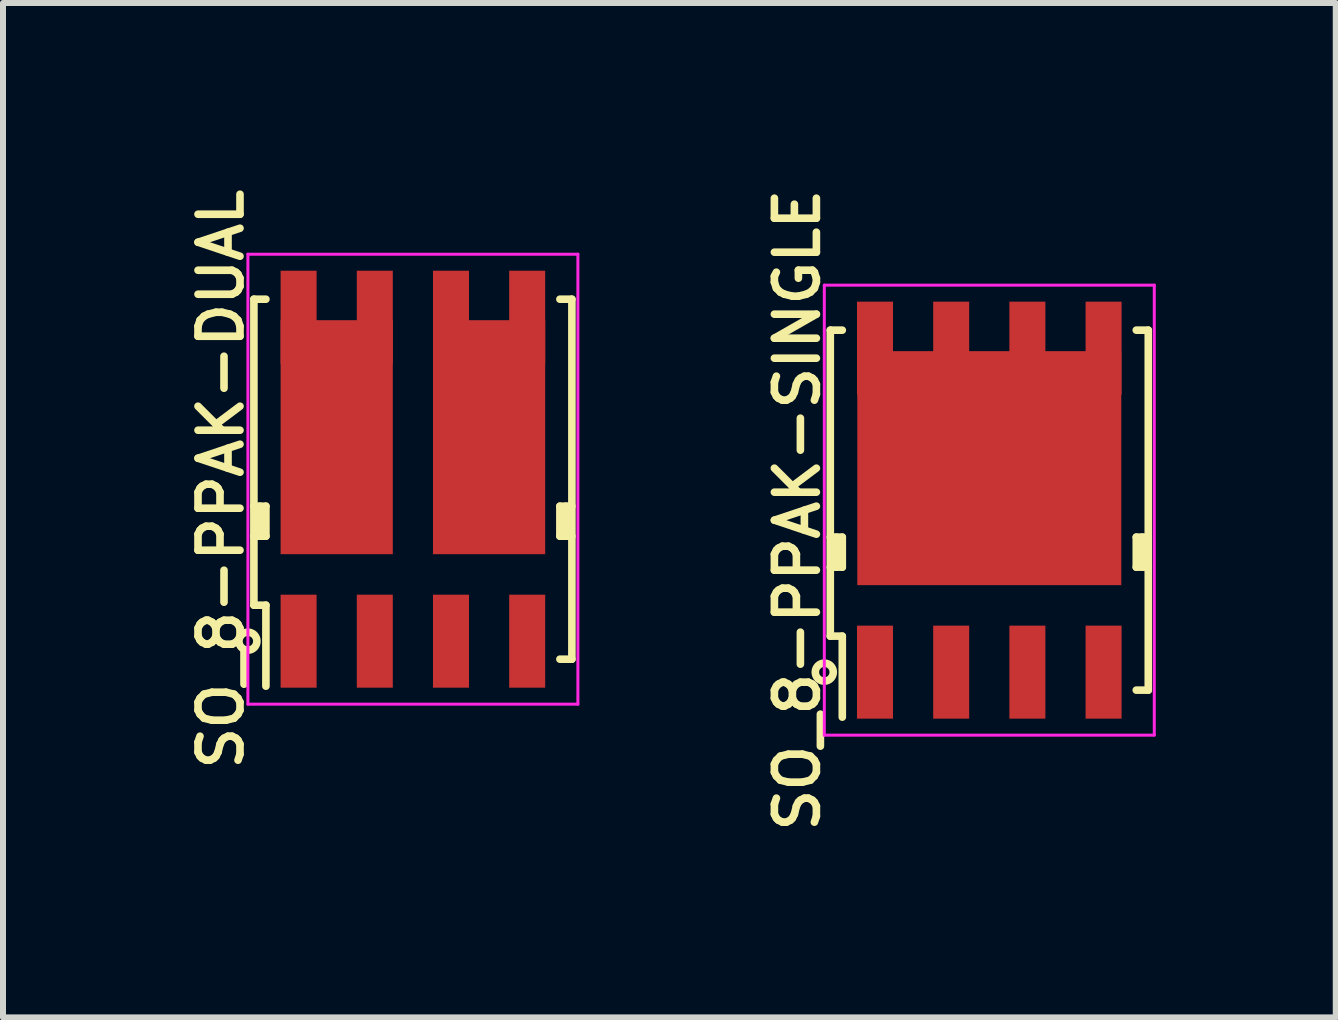
<source format=kicad_pcb>
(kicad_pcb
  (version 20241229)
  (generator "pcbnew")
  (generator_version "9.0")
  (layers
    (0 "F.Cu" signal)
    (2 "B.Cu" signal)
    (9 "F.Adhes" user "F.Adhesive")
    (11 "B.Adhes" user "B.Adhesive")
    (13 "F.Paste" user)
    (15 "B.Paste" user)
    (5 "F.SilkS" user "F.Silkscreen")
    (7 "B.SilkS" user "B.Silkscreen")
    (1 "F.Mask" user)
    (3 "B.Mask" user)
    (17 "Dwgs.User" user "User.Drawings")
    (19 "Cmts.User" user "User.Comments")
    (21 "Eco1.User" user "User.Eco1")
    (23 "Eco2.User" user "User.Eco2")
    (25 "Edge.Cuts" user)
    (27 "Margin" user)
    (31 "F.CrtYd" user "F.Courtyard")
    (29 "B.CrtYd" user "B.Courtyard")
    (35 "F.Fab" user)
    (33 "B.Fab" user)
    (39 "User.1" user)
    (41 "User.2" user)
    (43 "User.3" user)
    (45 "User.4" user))
  (footprint "SO_8-PPAK-DUAL"
    (layer "F.Cu")
    (at 3.832 4.937)
    (property "Reference" "SO_8-PPAK-DUAL" (at -3.199 0.000403 90) (layer "F.SilkS") (effects (font (size 0.7 0.7) (thickness 0.127))))
    (attr smd)
    (fp_line (start -2.65 -3) (end -2.45 -3) (stroke (width 0.127) (type solid)) (layer "F.SilkS"))
    (fp_line (start -2.65 2.1) (end -2.65 -3) (stroke (width 0.127) (type solid)) (layer "F.SilkS"))
    (fp_line (start -2.65 2.1) (end -2.45 2.1) (stroke (width 0.127) (type solid)) (layer "F.SilkS"))
    (fp_line (start -2.55 0.45) (end -2.55 0.95) (stroke (width 0.127) (type solid)) (layer "F.SilkS"))
    (fp_line (start -2.45 0.45) (end -2.65 0.45) (stroke (width 0.127) (type solid)) (layer "F.SilkS"))
    (fp_line (start -2.45 0.45) (end -2.45 0.95) (stroke (width 0.127) (type solid)) (layer "F.SilkS"))
    (fp_line (start -2.45 0.95) (end -2.65 0.95) (stroke (width 0.127) (type solid)) (layer "F.SilkS"))
    (fp_line (start -2.45 2.1) (end -2.45 3.45) (stroke (width 0.127) (type solid)) (layer "F.SilkS"))
    (fp_line (start 2.45 0.45) (end 2.45 0.95) (stroke (width 0.127) (type solid)) (layer "F.SilkS"))
    (fp_line (start 2.55 0.45) (end 2.55 0.95) (stroke (width 0.127) (type solid)) (layer "F.SilkS"))
    (fp_line (start 2.65 -3) (end 2.45 -3) (stroke (width 0.127) (type solid)) (layer "F.SilkS"))
    (fp_line (start 2.65 0.45) (end 2.45 0.45) (stroke (width 0.127) (type solid)) (layer "F.SilkS"))
    (fp_line (start 2.65 0.95) (end 2.45 0.95) (stroke (width 0.127) (type solid)) (layer "F.SilkS"))
    (fp_line (start 2.65 3) (end 2.45 3) (stroke (width 0.127) (type solid)) (layer "F.SilkS"))
    (fp_line (start 2.65 3) (end 2.65 -3) (stroke (width 0.127) (type solid)) (layer "F.SilkS"))
    (fp_circle (center -2.75 2.7) (end -2.6 2.7) (stroke (width 0.127) (type solid)) (fill no) (layer "F.SilkS"))
    (fp_line (start -2.75 -3.75) (end 2.75 -3.75) (stroke (width 0.05) (type solid)) (layer "F.CrtYd"))
    (fp_line (start -2.75 3.75) (end -2.75 -3.75) (stroke (width 0.05) (type solid)) (layer "F.CrtYd"))
    (fp_line (start -2.75 3.75) (end 2.75 3.75) (stroke (width 0.05) (type solid)) (layer "F.CrtYd"))
    (fp_line (start 2.75 3.75) (end 2.75 -3.75) (stroke (width 0.05) (type solid)) (layer "F.CrtYd"))
    (pad "1" smd rect (at -1.905 2.7 90) (size 1.55 0.6) (layers "F.Cu" "F.Mask" "F.Paste"))
    (pad "2" smd rect (at -0.635 2.7 90) (size 1.55 0.6) (layers "F.Cu" "F.Mask" "F.Paste"))
    (pad "3" smd rect (at 0.635 2.7 90) (size 1.55 0.6) (layers "F.Cu" "F.Mask" "F.Paste"))
    (pad "4" smd rect (at 1.905 2.7 90) (size 1.55 0.6) (layers "F.Cu" "F.Mask" "F.Paste"))
    (pad "5" smd rect (at 1.905 -2.7 90) (size 1.55 0.6) (layers "F.Cu" "F.Mask" "F.Paste"))
    (pad "6" smd rect (at 0.635 -2.7 90) (size 1.55 0.6) (layers "F.Cu" "F.Mask" "F.Paste"))
    (pad "6" smd rect (at 1.27 -0.7 90) (size 3.9 1.87) (layers "F.Cu" "F.Mask" "F.Paste"))
    (pad "7" smd rect (at -0.635 -2.7 90) (size 1.55 0.6) (layers "F.Cu" "F.Mask" "F.Paste"))
    (pad "8" smd rect (at -1.905 -2.7 90) (size 1.55 0.6) (layers "F.Cu" "F.Mask" "F.Paste"))
    (pad "8" smd rect (at -1.27 -0.7 90) (size 3.9 1.87) (layers "F.Cu" "F.Mask" "F.Paste")))
  (footprint "SO_8-PPAK-SINGLE"
    (layer "F.Cu")
    (at 13.439 5.453)
    (property "Reference" "SO_8-PPAK-SINGLE" (at -3.199 0.000403 90) (layer "F.SilkS") (effects (font (size 0.7 0.7) (thickness 0.127))))
    (attr smd)
    (fp_line (start -2.65 -3) (end -2.45 -3) (stroke (width 0.127) (type solid)) (layer "F.SilkS"))
    (fp_line (start -2.65 2.1) (end -2.65 -3) (stroke (width 0.127) (type solid)) (layer "F.SilkS"))
    (fp_line (start -2.65 2.1) (end -2.45 2.1) (stroke (width 0.127) (type solid)) (layer "F.SilkS"))
    (fp_line (start -2.55 0.95) (end -2.55 0.45) (stroke (width 0.127) (type solid)) (layer "F.SilkS"))
    (fp_line (start -2.45 0.45) (end -2.65 0.45) (stroke (width 0.127) (type solid)) (layer "F.SilkS"))
    (fp_line (start -2.45 0.95) (end -2.65 0.95) (stroke (width 0.127) (type solid)) (layer "F.SilkS"))
    (fp_line (start -2.45 0.95) (end -2.45 0.45) (stroke (width 0.127) (type solid)) (layer "F.SilkS"))
    (fp_line (start -2.45 2.1) (end -2.45 3.45) (stroke (width 0.127) (type solid)) (layer "F.SilkS"))
    (fp_line (start 2.45 0.95) (end 2.45 0.45) (stroke (width 0.127) (type solid)) (layer "F.SilkS"))
    (fp_line (start 2.55 0.95) (end 2.55 0.45) (stroke (width 0.127) (type solid)) (layer "F.SilkS"))
    (fp_line (start 2.65 -3) (end 2.45 -3) (stroke (width 0.127) (type solid)) (layer "F.SilkS"))
    (fp_line (start 2.65 0.45) (end 2.45 0.45) (stroke (width 0.127) (type solid)) (layer "F.SilkS"))
    (fp_line (start 2.65 0.95) (end 2.45 0.95) (stroke (width 0.127) (type solid)) (layer "F.SilkS"))
    (fp_line (start 2.65 3) (end 2.45 3) (stroke (width 0.127) (type solid)) (layer "F.SilkS"))
    (fp_line (start 2.65 3) (end 2.65 -3) (stroke (width 0.127) (type solid)) (layer "F.SilkS"))
    (fp_circle (center -2.75 2.7) (end -2.6 2.7) (stroke (width 0.127) (type solid)) (fill no) (layer "F.SilkS"))
    (fp_line (start -2.75 -3.75) (end 2.75 -3.75) (stroke (width 0.05) (type solid)) (layer "F.CrtYd"))
    (fp_line (start -2.75 3.75) (end -2.75 -3.75) (stroke (width 0.05) (type solid)) (layer "F.CrtYd"))
    (fp_line (start -2.75 3.75) (end 2.75 3.75) (stroke (width 0.05) (type solid)) (layer "F.CrtYd"))
    (fp_line (start 2.75 3.75) (end 2.75 -3.75) (stroke (width 0.05) (type solid)) (layer "F.CrtYd"))
    (pad "1" smd rect (at -1.905 2.7 90) (size 1.55 0.6) (layers "F.Cu" "F.Mask" "F.Paste"))
    (pad "2" smd rect (at -0.635 2.7 90) (size 1.55 0.6) (layers "F.Cu" "F.Mask" "F.Paste"))
    (pad "3" smd rect (at 0.635 2.7 90) (size 1.55 0.6) (layers "F.Cu" "F.Mask" "F.Paste"))
    (pad "4" smd rect (at 1.905 2.7 90) (size 1.55 0.6) (layers "F.Cu" "F.Mask" "F.Paste"))
    (pad "5" smd rect (at 1.905 -2.7 90) (size 1.55 0.6) (layers "F.Cu" "F.Mask" "F.Paste"))
    (pad "6" smd rect (at 0.635 -2.7 90) (size 1.55 0.6) (layers "F.Cu" "F.Mask" "F.Paste"))
    (pad "7" smd rect (at -0.635 -2.7 90) (size 1.55 0.6) (layers "F.Cu" "F.Mask" "F.Paste"))
    (pad "8" smd rect (at -1.905 -2.7 90) (size 1.55 0.6) (layers "F.Cu" "F.Mask" "F.Paste"))
    (pad "8" smd rect (at 0 -0.7 90) (size 3.9 4.4) (layers "F.Cu" "F.Mask" "F.Paste")))
  (gr_rect
    (start -3 -3)
    (end 19.214 13.908)
    (stroke (width 0.1) (type default))
    (fill no)
    (layer "Edge.Cuts")))
</source>
